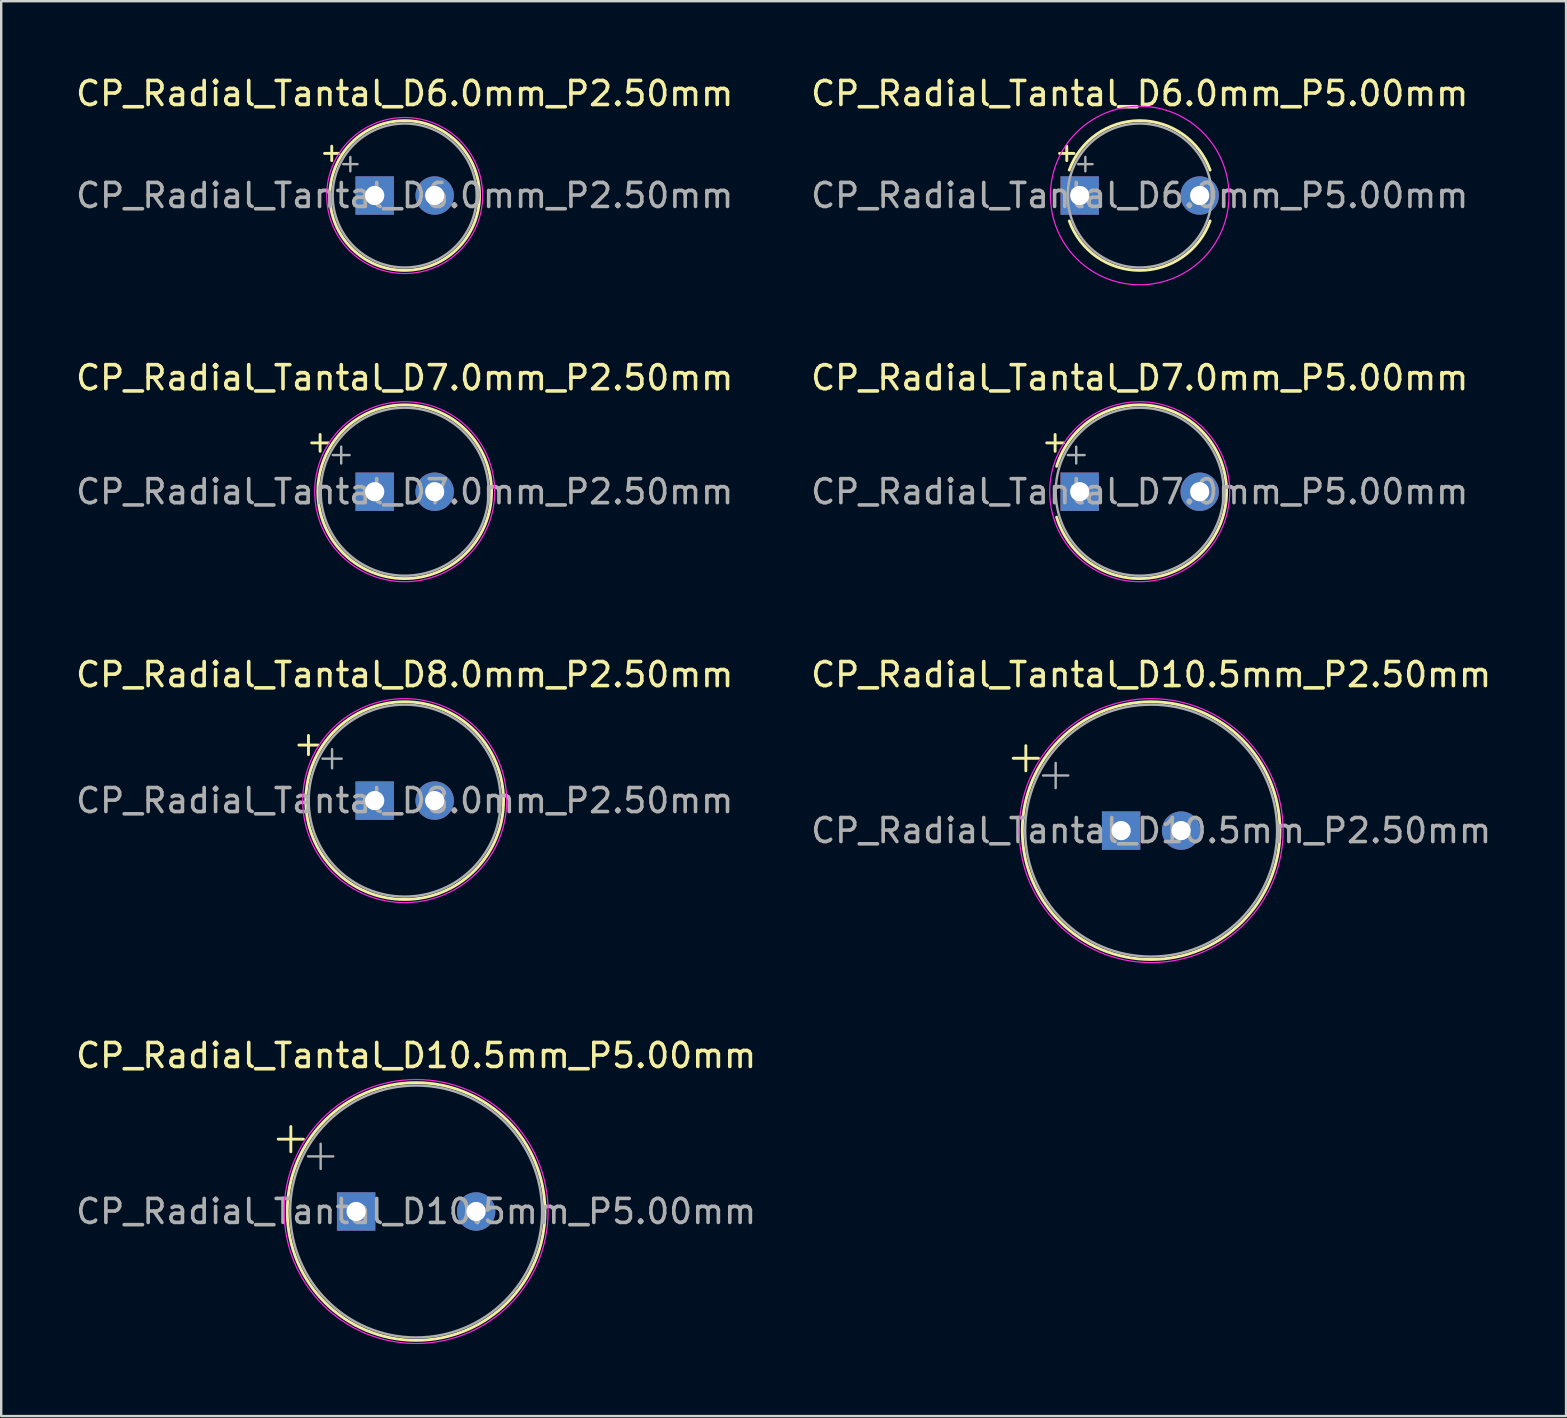
<source format=kicad_pcb>
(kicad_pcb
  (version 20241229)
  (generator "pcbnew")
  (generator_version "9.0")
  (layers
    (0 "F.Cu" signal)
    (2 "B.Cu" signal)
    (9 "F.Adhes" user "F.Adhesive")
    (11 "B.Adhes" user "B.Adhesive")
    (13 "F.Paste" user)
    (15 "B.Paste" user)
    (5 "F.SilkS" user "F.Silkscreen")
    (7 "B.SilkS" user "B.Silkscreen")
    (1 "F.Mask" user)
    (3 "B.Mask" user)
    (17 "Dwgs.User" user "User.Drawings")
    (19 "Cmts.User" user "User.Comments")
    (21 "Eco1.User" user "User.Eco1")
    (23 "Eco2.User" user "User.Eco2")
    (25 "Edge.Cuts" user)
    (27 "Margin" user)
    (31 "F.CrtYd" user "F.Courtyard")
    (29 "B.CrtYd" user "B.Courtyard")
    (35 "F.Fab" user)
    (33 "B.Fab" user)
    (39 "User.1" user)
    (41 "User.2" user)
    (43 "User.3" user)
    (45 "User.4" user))
  (footprint "CP_Radial_Tantal_D10.5mm_P5.00mm"
    (layer "F.Cu")
    (at 11.792 47.438)
    (property "Reference" "CP_Radial_Tantal_D10.5mm_P5.00mm" (at 2.5 -6.5 0) (layer "F.SilkS") (effects (font (size 1 1) (thickness 0.15))))
    (attr through_hole)
    (fp_line (start -3.247 -3.015) (end -2.197 -3.015) (stroke (width 0.12) (type solid)) (layer "F.SilkS"))
    (fp_line (start -2.722 -3.54) (end -2.722 -2.49) (stroke (width 0.12) (type solid)) (layer "F.SilkS"))
    (fp_circle (center 2.5 0) (end 7.87 0) (stroke (width 0.12) (type solid)) (fill no) (layer "F.SilkS"))
    (fp_circle (center 2.5 0) (end 8 0) (stroke (width 0.05) (type solid)) (fill no) (layer "F.CrtYd"))
    (fp_line (start -2.004 -2.297) (end -0.954 -2.297) (stroke (width 0.1) (type solid)) (layer "F.Fab"))
    (fp_line (start -1.479 -2.822) (end -1.479 -1.772) (stroke (width 0.1) (type solid)) (layer "F.Fab"))
    (fp_circle (center 2.5 0) (end 7.75 0) (stroke (width 0.1) (type solid)) (fill no) (layer "F.Fab"))
    (fp_text user "${REFERENCE}" (at 2.5 0 0) (layer "F.Fab") (effects (font (size 1 1) (thickness 0.15))))
    (pad "1" thru_hole rect (at 0 0) (size 1.6 1.6) (drill 0.8) (layers "*.Cu" "*.Mask"))
    (pad "2" thru_hole circle (at 5 0) (size 1.6 1.6) (drill 0.8) (layers "*.Cu" "*.Mask")))
  (footprint "CP_Radial_Tantal_D10.5mm_P2.50mm"
    (layer "F.Cu")
    (at 43.673 31.565)
    (property "Reference" "CP_Radial_Tantal_D10.5mm_P2.50mm" (at 1.25 -6.5 0) (layer "F.SilkS") (effects (font (size 1 1) (thickness 0.15))))
    (attr through_hole)
    (fp_line (start -4.497 -3.015) (end -3.447 -3.015) (stroke (width 0.12) (type solid)) (layer "F.SilkS"))
    (fp_line (start -3.972 -3.54) (end -3.972 -2.49) (stroke (width 0.12) (type solid)) (layer "F.SilkS"))
    (fp_circle (center 1.25 0) (end 6.62 0) (stroke (width 0.12) (type solid)) (fill no) (layer "F.SilkS"))
    (fp_circle (center 1.25 0) (end 6.75 0) (stroke (width 0.05) (type solid)) (fill no) (layer "F.CrtYd"))
    (fp_line (start -3.254 -2.297) (end -2.204 -2.297) (stroke (width 0.1) (type solid)) (layer "F.Fab"))
    (fp_line (start -2.729 -2.822) (end -2.729 -1.772) (stroke (width 0.1) (type solid)) (layer "F.Fab"))
    (fp_circle (center 1.25 0) (end 6.5 0) (stroke (width 0.1) (type solid)) (fill no) (layer "F.Fab"))
    (fp_text user "${REFERENCE}" (at 1.25 0 0) (layer "F.Fab") (effects (font (size 1 1) (thickness 0.15))))
    (pad "1" thru_hole rect (at 0 0) (size 1.6 1.6) (drill 0.8) (layers "*.Cu" "*.Mask"))
    (pad "2" thru_hole circle (at 2.5 0) (size 1.6 1.6) (drill 0.8) (layers "*.Cu" "*.Mask")))
  (footprint "CP_Radial_Tantal_D8.0mm_P2.50mm"
    (layer "F.Cu")
    (at 12.565 30.315)
    (property "Reference" "CP_Radial_Tantal_D8.0mm_P2.50mm" (at 1.25 -5.25 0) (layer "F.SilkS") (effects (font (size 1 1) (thickness 0.15))))
    (attr through_hole)
    (fp_line (start -3.16 -2.315) (end -2.36 -2.315) (stroke (width 0.12) (type solid)) (layer "F.SilkS"))
    (fp_line (start -2.76 -2.715) (end -2.76 -1.915) (stroke (width 0.12) (type solid)) (layer "F.SilkS"))
    (fp_circle (center 1.25 0) (end 5.37 0) (stroke (width 0.12) (type solid)) (fill no) (layer "F.SilkS"))
    (fp_circle (center 1.25 0) (end 5.5 0) (stroke (width 0.05) (type solid)) (fill no) (layer "F.CrtYd"))
    (fp_line (start -2.177 -1.748) (end -1.377 -1.748) (stroke (width 0.1) (type solid)) (layer "F.Fab"))
    (fp_line (start -1.777 -2.147) (end -1.777 -1.347) (stroke (width 0.1) (type solid)) (layer "F.Fab"))
    (fp_circle (center 1.25 0) (end 5.25 0) (stroke (width 0.1) (type solid)) (fill no) (layer "F.Fab"))
    (fp_text user "${REFERENCE}" (at 1.25 0 0) (layer "F.Fab") (effects (font (size 1 1) (thickness 0.15))))
    (pad "1" thru_hole rect (at 0 0) (size 1.6 1.6) (drill 0.8) (layers "*.Cu" "*.Mask"))
    (pad "2" thru_hole circle (at 2.5 0) (size 1.6 1.6) (drill 0.8) (layers "*.Cu" "*.Mask")))
  (footprint "CP_Radial_Tantal_D7.0mm_P5.00mm"
    (layer "F.Cu")
    (at 41.946 17.442)
    (property "Reference" "CP_Radial_Tantal_D7.0mm_P5.00mm" (at 2.5 -4.75 0) (layer "F.SilkS") (effects (font (size 1 1) (thickness 0.15))))
    (attr through_hole)
    (fp_line (start -1.375 -2.035) (end -0.675 -2.035) (stroke (width 0.12) (type solid)) (layer "F.SilkS"))
    (fp_line (start -1.025 -2.385) (end -1.025 -1.685) (stroke (width 0.12) (type solid)) (layer "F.SilkS"))
    (fp_arc (start -0.961329 -1.06) (mid 6.12 0) (end -0.961329 1.06) (stroke (width 0.12) (type solid)) (layer "F.SilkS"))
    (fp_circle (center 2.5 0) (end 6.25 0) (stroke (width 0.05) (type solid)) (fill no) (layer "F.CrtYd"))
    (fp_line (start -0.496 -1.528) (end 0.204 -1.528) (stroke (width 0.1) (type solid)) (layer "F.Fab"))
    (fp_line (start -0.146 -1.877) (end -0.146 -1.177) (stroke (width 0.1) (type solid)) (layer "F.Fab"))
    (fp_circle (center 2.5 0) (end 6 0) (stroke (width 0.1) (type solid)) (fill no) (layer "F.Fab"))
    (fp_text user "${REFERENCE}" (at 2.5 0 0) (layer "F.Fab") (effects (font (size 1 1) (thickness 0.15))))
    (pad "1" thru_hole rect (at 0 0) (size 1.6 1.6) (drill 0.8) (layers "*.Cu" "*.Mask"))
    (pad "2" thru_hole circle (at 5 0) (size 1.6 1.6) (drill 0.8) (layers "*.Cu" "*.Mask")))
  (footprint "CP_Radial_Tantal_D6.0mm_P5.00mm"
    (layer "F.Cu")
    (at 41.946 5.098)
    (property "Reference" "CP_Radial_Tantal_D6.0mm_P5.00mm" (at 2.5 -4.25 0) (layer "F.SilkS") (effects (font (size 1 1) (thickness 0.15))))
    (attr through_hole)
    (fp_line (start -0.84 -1.755) (end -0.24 -1.755) (stroke (width 0.12) (type solid)) (layer "F.SilkS"))
    (fp_line (start -0.54 -2.055) (end -0.54 -1.455) (stroke (width 0.12) (type solid)) (layer "F.SilkS"))
    (fp_arc (start -0.434416 -1.06) (mid 2.5 -3.12) (end 5.434416 -1.06) (stroke (width 0.12) (type solid)) (layer "F.SilkS"))
    (fp_arc (start 5.434416 1.06) (mid 2.5 3.12) (end -0.434416 1.06) (stroke (width 0.12) (type solid)) (layer "F.SilkS"))
    (fp_circle (center 2.5 0) (end 6.22 0) (stroke (width 0.05) (type solid)) (fill no) (layer "F.CrtYd"))
    (fp_line (start -0.065 -1.308) (end 0.535 -1.308) (stroke (width 0.1) (type solid)) (layer "F.Fab"))
    (fp_line (start 0.235 -1.607) (end 0.235 -1.008) (stroke (width 0.1) (type solid)) (layer "F.Fab"))
    (fp_circle (center 2.5 0) (end 5.5 0) (stroke (width 0.1) (type solid)) (fill no) (layer "F.Fab"))
    (fp_text user "${REFERENCE}" (at 2.5 0 0) (layer "F.Fab") (effects (font (size 1 1) (thickness 0.15))))
    (pad "1" thru_hole rect (at 0 0) (size 1.6 1.6) (drill 0.8) (layers "*.Cu" "*.Mask"))
    (pad "2" thru_hole circle (at 5 0) (size 1.6 1.6) (drill 0.8) (layers "*.Cu" "*.Mask")))
  (footprint "CP_Radial_Tantal_D6.0mm_P2.50mm"
    (layer "F.Cu")
    (at 12.565 5.098)
    (property "Reference" "CP_Radial_Tantal_D6.0mm_P2.50mm" (at 1.25 -4.25 0) (layer "F.SilkS") (effects (font (size 1 1) (thickness 0.15))))
    (attr through_hole)
    (fp_line (start -2.09 -1.755) (end -1.49 -1.755) (stroke (width 0.12) (type solid)) (layer "F.SilkS"))
    (fp_line (start -1.79 -2.055) (end -1.79 -1.455) (stroke (width 0.12) (type solid)) (layer "F.SilkS"))
    (fp_circle (center 1.25 0) (end 4.37 0) (stroke (width 0.12) (type solid)) (fill no) (layer "F.SilkS"))
    (fp_circle (center 1.25 0) (end 4.5 0) (stroke (width 0.05) (type solid)) (fill no) (layer "F.CrtYd"))
    (fp_line (start -1.315 -1.308) (end -0.715 -1.308) (stroke (width 0.1) (type solid)) (layer "F.Fab"))
    (fp_line (start -1.015 -1.607) (end -1.015 -1.008) (stroke (width 0.1) (type solid)) (layer "F.Fab"))
    (fp_circle (center 1.25 0) (end 4.25 0) (stroke (width 0.1) (type solid)) (fill no) (layer "F.Fab"))
    (fp_text user "${REFERENCE}" (at 1.25 0 0) (layer "F.Fab") (effects (font (size 1 1) (thickness 0.15))))
    (pad "1" thru_hole rect (at 0 0) (size 1.6 1.6) (drill 0.8) (layers "*.Cu" "*.Mask"))
    (pad "2" thru_hole circle (at 2.5 0) (size 1.6 1.6) (drill 0.8) (layers "*.Cu" "*.Mask")))
  (footprint "CP_Radial_Tantal_D7.0mm_P2.50mm"
    (layer "F.Cu")
    (at 12.565 17.442)
    (property "Reference" "CP_Radial_Tantal_D7.0mm_P2.50mm" (at 1.25 -4.75 0) (layer "F.SilkS") (effects (font (size 1 1) (thickness 0.15))))
    (attr through_hole)
    (fp_line (start -2.625 -2.035) (end -1.925 -2.035) (stroke (width 0.12) (type solid)) (layer "F.SilkS"))
    (fp_line (start -2.275 -2.385) (end -2.275 -1.685) (stroke (width 0.12) (type solid)) (layer "F.SilkS"))
    (fp_circle (center 1.25 0) (end 4.87 0) (stroke (width 0.12) (type solid)) (fill no) (layer "F.SilkS"))
    (fp_circle (center 1.25 0) (end 5 0) (stroke (width 0.05) (type solid)) (fill no) (layer "F.CrtYd"))
    (fp_line (start -1.746 -1.528) (end -1.046 -1.528) (stroke (width 0.1) (type solid)) (layer "F.Fab"))
    (fp_line (start -1.396 -1.877) (end -1.396 -1.177) (stroke (width 0.1) (type solid)) (layer "F.Fab"))
    (fp_circle (center 1.25 0) (end 4.75 0) (stroke (width 0.1) (type solid)) (fill no) (layer "F.Fab"))
    (fp_text user "${REFERENCE}" (at 1.25 0 0) (layer "F.Fab") (effects (font (size 1 1) (thickness 0.15))))
    (pad "1" thru_hole rect (at 0 0) (size 1.6 1.6) (drill 0.8) (layers "*.Cu" "*.Mask"))
    (pad "2" thru_hole circle (at 2.5 0) (size 1.6 1.6) (drill 0.8) (layers "*.Cu" "*.Mask")))
  (gr_rect
    (start -3 -3)
    (end 62.214 55.963)
    (stroke (width 0.1) (type default))
    (fill no)
    (layer "Edge.Cuts")))
</source>
